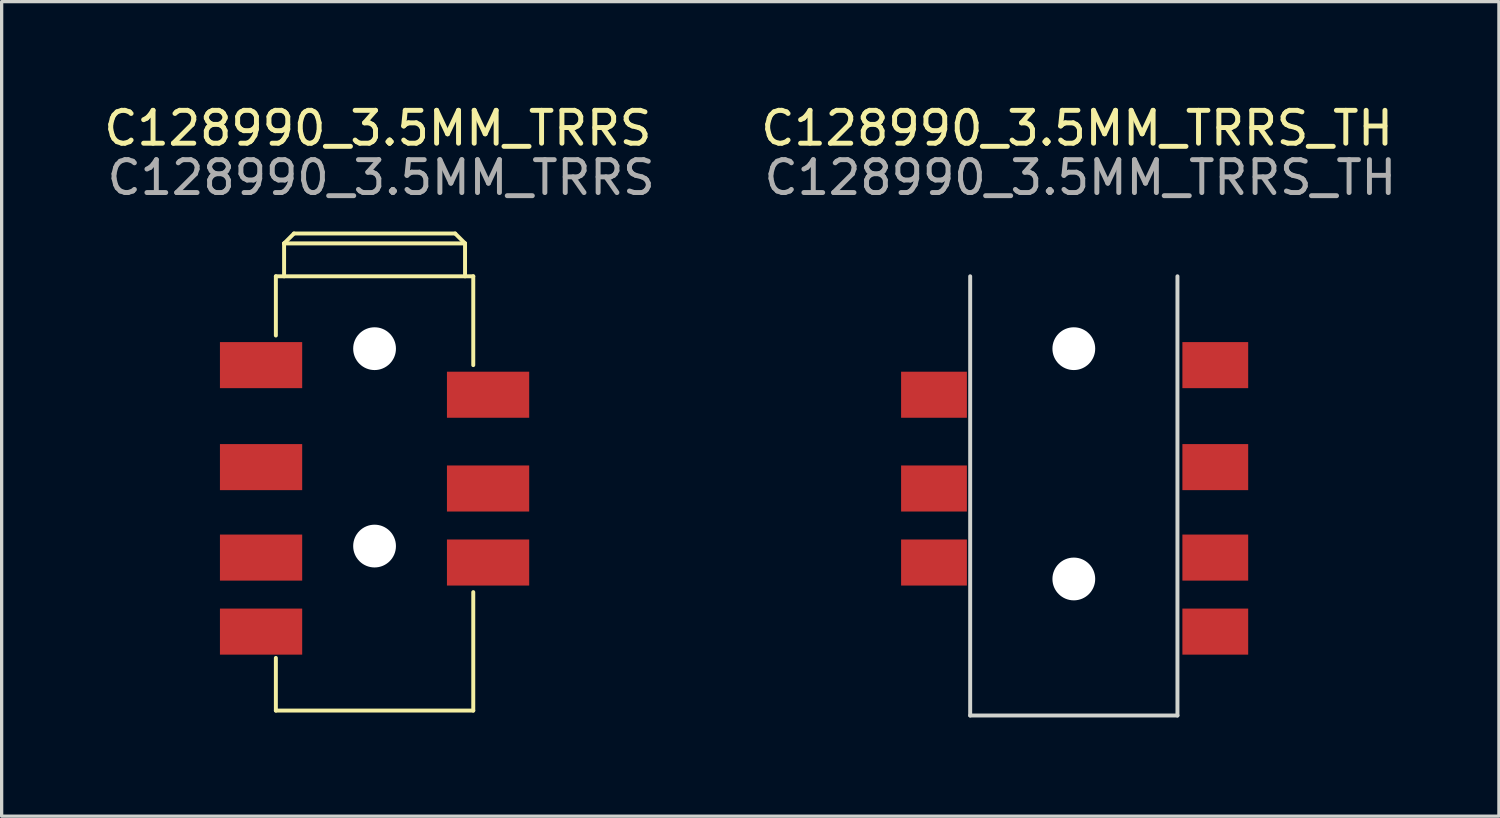
<source format=kicad_pcb>
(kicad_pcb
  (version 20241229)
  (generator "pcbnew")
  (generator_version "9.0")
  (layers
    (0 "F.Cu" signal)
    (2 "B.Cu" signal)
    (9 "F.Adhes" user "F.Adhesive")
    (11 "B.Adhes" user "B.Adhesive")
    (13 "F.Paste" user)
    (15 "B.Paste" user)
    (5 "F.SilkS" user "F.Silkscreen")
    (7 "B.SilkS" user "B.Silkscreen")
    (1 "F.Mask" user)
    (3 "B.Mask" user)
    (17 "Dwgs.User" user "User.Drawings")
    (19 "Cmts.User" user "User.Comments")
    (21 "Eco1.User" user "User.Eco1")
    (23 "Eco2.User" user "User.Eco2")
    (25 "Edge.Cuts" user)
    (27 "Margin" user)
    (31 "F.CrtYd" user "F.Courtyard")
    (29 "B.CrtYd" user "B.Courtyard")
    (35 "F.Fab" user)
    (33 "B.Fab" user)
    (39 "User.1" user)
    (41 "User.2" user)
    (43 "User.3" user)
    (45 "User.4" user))
  (footprint "C128990_3.5MM_TRRS"
    (layer "F.Cu")
    (at 8.335 5.348)
    (property "Reference" "C128990_3.5MM_TRRS" (at 0.1 -4.5 0) (unlocked yes) (layer "F.SilkS") (effects (font (size 1 1) (thickness 0.15))))
    (attr smd)
    (fp_line (start -3 0) (end 3 0) (stroke (width 0.12) (type solid)) (layer "F.SilkS"))
    (fp_line (start -3 1.8) (end -3 0) (stroke (width 0.12) (type solid)) (layer "F.SilkS"))
    (fp_line (start -3 11.6) (end -3 13.2) (stroke (width 0.12) (type solid)) (layer "F.SilkS"))
    (fp_line (start -3 13.2) (end 3 13.2) (stroke (width 0.12) (type solid)) (layer "F.SilkS"))
    (fp_line (start -2.75 -1) (end -2.45 -1.3) (stroke (width 0.12) (type solid)) (layer "F.SilkS"))
    (fp_line (start -2.75 -1) (end 2.75 -1) (stroke (width 0.12) (type solid)) (layer "F.SilkS"))
    (fp_line (start -2.75 0) (end -2.75 -1) (stroke (width 0.12) (type solid)) (layer "F.SilkS"))
    (fp_line (start -2.45 -1.3) (end 2.45 -1.3) (stroke (width 0.12) (type solid)) (layer "F.SilkS"))
    (fp_line (start 2.75 -1) (end 2.45 -1.3) (stroke (width 0.12) (type solid)) (layer "F.SilkS"))
    (fp_line (start 2.75 -1) (end 2.75 0) (stroke (width 0.12) (type solid)) (layer "F.SilkS"))
    (fp_line (start 3 0) (end 3 2.7) (stroke (width 0.12) (type solid)) (layer "F.SilkS"))
    (fp_line (start 3 13.2) (end 3 9.6) (stroke (width 0.12) (type solid)) (layer "F.SilkS"))
    (fp_text user "${REFERENCE}" (at 0.2 -3 0) (unlocked yes) (layer "F.Fab") (effects (font (size 1 1) (thickness 0.15))))
    (pad "" np_thru_hole circle (at 0 2.2) (size 1.3 1.3) (drill 1.3) (layers "*.Cu" "*.Mask"))
    (pad "" np_thru_hole circle (at 0 8.2) (size 1.3 1.3) (drill 1.3) (layers "*.Cu" "*.Mask"))
    (pad "1" smd rect (at -3.45 2.7) (size 2.5 1.4) (layers "F.Cu" "F.Mask"))
    (pad "2" smd rect (at 3.45 8.7) (size 2.5 1.4) (layers "F.Cu" "F.Mask"))
    (pad "3" smd rect (at -3.45 8.55) (size 2.5 1.4) (layers "F.Cu" "F.Mask"))
    (pad "4" smd rect (at -3.45 5.8) (size 2.5 1.4) (layers "F.Cu" "F.Mask"))
    (pad "5" smd rect (at -3.45 10.8) (size 2.5 1.4) (layers "F.Cu" "F.Mask"))
    (pad "6" smd rect (at 3.45 6.45) (size 2.5 1.4) (layers "F.Cu" "F.Mask"))
    (pad "7" smd rect (at 3.45 3.6) (size 2.5 1.4) (layers "F.Cu" "F.Mask")))
  (footprint "C128990_3.5MM_TRRS_TH"
    (layer "F.Cu")
    (at 29.589 5.348)
    (property "Reference" "C128990_3.5MM_TRRS_TH" (at 0.1 -4.5 0) (unlocked yes) (layer "F.SilkS") (effects (font (size 1 1) (thickness 0.15))))
    (attr smd)
    (fp_line (start -3.15 13.35) (end -3.15 0) (stroke (width 0.12) (type default)) (layer "Edge.Cuts"))
    (fp_line (start 3.15 0) (end 3.15 13.35) (stroke (width 0.12) (type default)) (layer "Edge.Cuts"))
    (fp_line (start 3.15 13.35) (end -3.15 13.35) (stroke (width 0.12) (type default)) (layer "Edge.Cuts"))
    (fp_line (start -3 0) (end -3 2.7) (stroke (width 0.12) (type solid)) (layer "User.1"))
    (fp_line (start -3 13.2) (end -3 9.6) (stroke (width 0.12) (type solid)) (layer "User.1"))
    (fp_line (start -2.75 -1) (end -2.75 0) (stroke (width 0.12) (type solid)) (layer "User.1"))
    (fp_line (start -2.75 -1) (end -2.45 -1.3) (stroke (width 0.12) (type solid)) (layer "User.1"))
    (fp_line (start 2.45 -1.3) (end -2.45 -1.3) (stroke (width 0.12) (type solid)) (layer "User.1"))
    (fp_line (start 2.75 -1) (end -2.75 -1) (stroke (width 0.12) (type solid)) (layer "User.1"))
    (fp_line (start 2.75 -1) (end 2.45 -1.3) (stroke (width 0.12) (type solid)) (layer "User.1"))
    (fp_line (start 2.75 0) (end 2.75 -1) (stroke (width 0.12) (type solid)) (layer "User.1"))
    (fp_line (start 3 0) (end -3 0) (stroke (width 0.12) (type solid)) (layer "User.1"))
    (fp_line (start 3 1.8) (end 3 0) (stroke (width 0.12) (type solid)) (layer "User.1"))
    (fp_line (start 3 11.6) (end 3 13.2) (stroke (width 0.12) (type solid)) (layer "User.1"))
    (fp_line (start 3 13.2) (end -3 13.2) (stroke (width 0.12) (type solid)) (layer "User.1"))
    (fp_text user "${REFERENCE}" (at 0.2 -3 0) (unlocked yes) (layer "F.Fab") (effects (font (size 1 1) (thickness 0.15))))
    (pad "" np_thru_hole circle (at 0 2.2) (size 1.3 1.3) (drill 1.4) (layers "*.Cu" "*.Mask"))
    (pad "" np_thru_hole circle (at 0 9.2) (size 1.3 1.3) (drill 1.4) (layers "*.Cu" "*.Mask"))
    (pad "1" smd rect (at 4.3 2.7) (size 2 1.4) (layers "F.Cu" "F.Mask"))
    (pad "2" smd rect (at -4.25 8.7) (size 2 1.4) (layers "F.Cu" "F.Mask"))
    (pad "3" smd rect (at 4.3 8.55) (size 2 1.4) (layers "F.Cu" "F.Mask"))
    (pad "4" smd rect (at 4.3 5.8) (size 2 1.4) (layers "F.Cu" "F.Mask"))
    (pad "5" smd rect (at 4.3 10.8) (size 2 1.4) (layers "F.Cu" "F.Mask"))
    (pad "6" smd rect (at -4.25 6.45) (size 2 1.4) (layers "F.Cu" "F.Mask"))
    (pad "7" smd rect (at -4.25 3.6) (size 2 1.4) (layers "F.Cu" "F.Mask")))
  (gr_rect
    (start -3 -3)
    (end 42.51 21.758)
    (stroke (width 0.1) (type default))
    (fill no)
    (layer "Edge.Cuts")))
</source>
